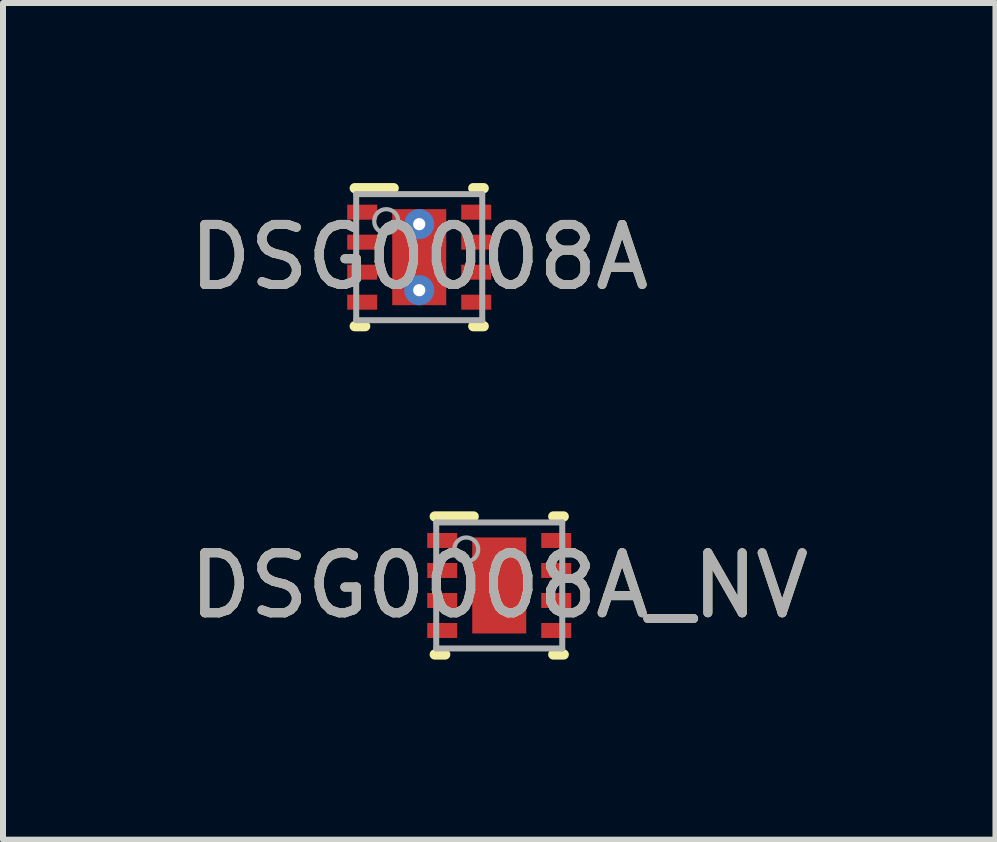
<source format=kicad_pcb>
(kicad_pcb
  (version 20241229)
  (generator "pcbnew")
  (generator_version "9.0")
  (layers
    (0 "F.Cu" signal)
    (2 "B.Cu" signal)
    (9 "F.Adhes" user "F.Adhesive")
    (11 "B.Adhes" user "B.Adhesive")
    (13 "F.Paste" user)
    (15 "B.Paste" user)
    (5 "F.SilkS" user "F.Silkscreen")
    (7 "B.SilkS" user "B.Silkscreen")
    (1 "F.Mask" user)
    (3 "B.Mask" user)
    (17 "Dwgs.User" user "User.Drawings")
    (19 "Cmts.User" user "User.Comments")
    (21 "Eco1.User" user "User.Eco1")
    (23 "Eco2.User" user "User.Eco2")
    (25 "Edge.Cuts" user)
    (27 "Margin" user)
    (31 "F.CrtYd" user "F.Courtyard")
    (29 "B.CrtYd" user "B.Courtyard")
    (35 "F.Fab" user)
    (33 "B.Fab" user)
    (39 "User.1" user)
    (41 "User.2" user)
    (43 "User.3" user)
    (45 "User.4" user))
  (footprint "DSG0008A"
    (layer "F.Cu")
    (at 3.935 1.235)
    (property "Reference" "DSG0008A" (at 0 0 0) (unlocked yes) (layer "F.SilkS") (effects (font (size 1 1) (thickness 0.15))))
    (attr smd)
    (fp_line (start -1.075 -1.15) (end -0.425 -1.15) (stroke (width 0.17) (type solid)) (layer "F.SilkS"))
    (fp_line (start -1.075 1.15) (end -0.9 1.15) (stroke (width 0.17) (type solid)) (layer "F.SilkS"))
    (fp_line (start 0.9 -1.15) (end 1.075 -1.15) (stroke (width 0.17) (type solid)) (layer "F.SilkS"))
    (fp_line (start 0.9 1.15) (end 1.075 1.15) (stroke (width 0.17) (type solid)) (layer "F.SilkS"))
    (fp_poly (pts (xy -0.45 -0.149) (xy -0.45 -0.751) (xy -0.449 -0.761) (xy -0.446 -0.77) (xy -0.442 -0.778) (xy -0.436 -0.786) (xy -0.428 -0.792) (xy -0.42 -0.796) (xy -0.411 -0.799) (xy -0.401 -0.8) (xy 0.401 -0.8) (xy 0.411 -0.799) (xy 0.42 -0.796) (xy 0.428 -0.792) (xy 0.436 -0.786) (xy 0.442 -0.778) (xy 0.446 -0.77) (xy 0.449 -0.761) (xy 0.45 -0.751) (xy 0.45 -0.149) (xy 0.449 -0.139) (xy 0.446 -0.13) (xy 0.442 -0.122) (xy 0.436 -0.114) (xy 0.428 -0.108) (xy 0.42 -0.104) (xy 0.411 -0.101) (xy 0.401 -0.1) (xy -0.401 -0.1) (xy -0.411 -0.101) (xy -0.42 -0.104) (xy -0.428 -0.108) (xy -0.436 -0.114) (xy -0.442 -0.122) (xy -0.446 -0.13) (xy -0.449 -0.139)) (stroke (width 0) (type solid)) (fill yes) (layer "F.Paste"))
    (fp_poly (pts (xy -0.45 0.751) (xy -0.45 0.149) (xy -0.449 0.139) (xy -0.446 0.13) (xy -0.442 0.122) (xy -0.436 0.114) (xy -0.428 0.108) (xy -0.42 0.104) (xy -0.411 0.101) (xy -0.401 0.1) (xy 0.401 0.1) (xy 0.411 0.101) (xy 0.42 0.104) (xy 0.428 0.108) (xy 0.436 0.114) (xy 0.442 0.122) (xy 0.446 0.13) (xy 0.449 0.139) (xy 0.45 0.149) (xy 0.45 0.751) (xy 0.449 0.761) (xy 0.446 0.77) (xy 0.442 0.778) (xy 0.436 0.786) (xy 0.428 0.792) (xy 0.42 0.796) (xy 0.411 0.799) (xy 0.401 0.8) (xy -0.401 0.8) (xy -0.411 0.799) (xy -0.42 0.796) (xy -0.428 0.792) (xy -0.436 0.786) (xy -0.442 0.778) (xy -0.446 0.77) (xy -0.449 0.761)) (stroke (width 0) (type solid)) (fill yes) (layer "F.Paste"))
    (fp_line (start -1.05 -1.05) (end 1.05 -1.05) (stroke (width 0.1) (type solid)) (layer "F.Fab"))
    (fp_line (start -1.05 1.05) (end -1.05 -1.05) (stroke (width 0.1) (type solid)) (layer "F.Fab"))
    (fp_line (start -1.05 1.05) (end 1.05 1.05) (stroke (width 0.1) (type solid)) (layer "F.Fab"))
    (fp_line (start 1.05 1.05) (end 1.05 -1.05) (stroke (width 0.1) (type solid)) (layer "F.Fab"))
    (fp_circle (center -0.55 -0.6) (end -0.35 -0.6) (stroke (width 0.07) (type solid)) (fill no) (layer "F.Fab"))
    (fp_text user "${REFERENCE}" (at 0 0 0) (unlocked yes) (layer "F.Fab") (effects (font (size 1 1) (thickness 0.15))))
    (pad "1" smd rect (at -0.95 -0.75 90) (size 0.25 0.5) (layers "F.Cu" "F.Mask" "F.Paste"))
    (pad "2" smd rect (at -0.95 -0.25 90) (size 0.25 0.5) (layers "F.Cu" "F.Mask" "F.Paste"))
    (pad "3" smd rect (at -0.95 0.25 90) (size 0.25 0.5) (layers "F.Cu" "F.Mask" "F.Paste"))
    (pad "4" smd rect (at -0.95 0.75 90) (size 0.25 0.5) (layers "F.Cu" "F.Mask" "F.Paste"))
    (pad "5" smd rect (at 0.95 0.75 90) (size 0.25 0.5) (layers "F.Cu" "F.Mask" "F.Paste"))
    (pad "6" smd rect (at 0.95 0.25 90) (size 0.25 0.5) (layers "F.Cu" "F.Mask" "F.Paste"))
    (pad "7" smd rect (at 0.95 -0.25 90) (size 0.25 0.5) (layers "F.Cu" "F.Mask" "F.Paste"))
    (pad "8" smd rect (at 0.95 -0.75 90) (size 0.25 0.5) (layers "F.Cu" "F.Mask" "F.Paste"))
    (pad "9" smd rect (at 0 0) (size 0.9 1.6) (layers "F.Cu" "F.Mask" "F.Paste"))
    (pad "V" thru_hole circle (at 0 -0.55) (size 0.5 0.5) (drill 0.203) (layers "*.Cu" "*.Mask"))
    (pad "V" thru_hole circle (at 0 0.55) (size 0.5 0.5) (drill 0.203) (layers "*.Cu" "*.Mask")))
  (footprint "DSG0008A_NV"
    (layer "F.Cu")
    (at 5.268 6.705)
    (property "Reference" "DSG0008A_NV" (at 0 0 0) (unlocked yes) (layer "F.SilkS") (effects (font (size 1 1) (thickness 0.15))))
    (attr smd)
    (fp_line (start -1.075 -1.15) (end -0.425 -1.15) (stroke (width 0.17) (type solid)) (layer "F.SilkS"))
    (fp_line (start -1.075 1.15) (end -0.9 1.15) (stroke (width 0.17) (type solid)) (layer "F.SilkS"))
    (fp_line (start 0.9 -1.15) (end 1.075 -1.15) (stroke (width 0.17) (type solid)) (layer "F.SilkS"))
    (fp_line (start 0.9 1.15) (end 1.075 1.15) (stroke (width 0.17) (type solid)) (layer "F.SilkS"))
    (fp_poly (pts (xy -0.45 -0.149) (xy -0.45 -0.751) (xy -0.449 -0.761) (xy -0.446 -0.77) (xy -0.442 -0.778) (xy -0.436 -0.786) (xy -0.428 -0.792) (xy -0.42 -0.796) (xy -0.411 -0.799) (xy -0.401 -0.8) (xy 0.401 -0.8) (xy 0.411 -0.799) (xy 0.42 -0.796) (xy 0.428 -0.792) (xy 0.436 -0.786) (xy 0.442 -0.778) (xy 0.446 -0.77) (xy 0.449 -0.761) (xy 0.45 -0.751) (xy 0.45 -0.149) (xy 0.449 -0.139) (xy 0.446 -0.13) (xy 0.442 -0.122) (xy 0.436 -0.114) (xy 0.428 -0.108) (xy 0.42 -0.104) (xy 0.411 -0.101) (xy 0.401 -0.1) (xy -0.401 -0.1) (xy -0.411 -0.101) (xy -0.42 -0.104) (xy -0.428 -0.108) (xy -0.436 -0.114) (xy -0.442 -0.122) (xy -0.446 -0.13) (xy -0.449 -0.139)) (stroke (width 0) (type solid)) (fill yes) (layer "F.Paste"))
    (fp_poly (pts (xy -0.45 0.751) (xy -0.45 0.149) (xy -0.449 0.139) (xy -0.446 0.13) (xy -0.442 0.122) (xy -0.436 0.114) (xy -0.428 0.108) (xy -0.42 0.104) (xy -0.411 0.101) (xy -0.401 0.1) (xy 0.401 0.1) (xy 0.411 0.101) (xy 0.42 0.104) (xy 0.428 0.108) (xy 0.436 0.114) (xy 0.442 0.122) (xy 0.446 0.13) (xy 0.449 0.139) (xy 0.45 0.149) (xy 0.45 0.751) (xy 0.449 0.761) (xy 0.446 0.77) (xy 0.442 0.778) (xy 0.436 0.786) (xy 0.428 0.792) (xy 0.42 0.796) (xy 0.411 0.799) (xy 0.401 0.8) (xy -0.401 0.8) (xy -0.411 0.799) (xy -0.42 0.796) (xy -0.428 0.792) (xy -0.436 0.786) (xy -0.442 0.778) (xy -0.446 0.77) (xy -0.449 0.761)) (stroke (width 0) (type solid)) (fill yes) (layer "F.Paste"))
    (fp_line (start -1.05 -1.05) (end 1.05 -1.05) (stroke (width 0.1) (type solid)) (layer "F.Fab"))
    (fp_line (start -1.05 1.05) (end -1.05 -1.05) (stroke (width 0.1) (type solid)) (layer "F.Fab"))
    (fp_line (start -1.05 1.05) (end 1.05 1.05) (stroke (width 0.1) (type solid)) (layer "F.Fab"))
    (fp_line (start 1.05 1.05) (end 1.05 -1.05) (stroke (width 0.1) (type solid)) (layer "F.Fab"))
    (fp_circle (center -0.55 -0.6) (end -0.35 -0.6) (stroke (width 0.07) (type solid)) (fill no) (layer "F.Fab"))
    (fp_text user "${REFERENCE}" (at 0 0 0) (unlocked yes) (layer "F.Fab") (effects (font (size 1 1) (thickness 0.15))))
    (pad "1" smd rect (at -0.95 -0.75 90) (size 0.25 0.5) (layers "F.Cu" "F.Mask" "F.Paste"))
    (pad "2" smd rect (at -0.95 -0.25 90) (size 0.25 0.5) (layers "F.Cu" "F.Mask" "F.Paste"))
    (pad "3" smd rect (at -0.95 0.25 90) (size 0.25 0.5) (layers "F.Cu" "F.Mask" "F.Paste"))
    (pad "4" smd rect (at -0.95 0.75 90) (size 0.25 0.5) (layers "F.Cu" "F.Mask" "F.Paste"))
    (pad "5" smd rect (at 0.95 0.75 90) (size 0.25 0.5) (layers "F.Cu" "F.Mask" "F.Paste"))
    (pad "6" smd rect (at 0.95 0.25 90) (size 0.25 0.5) (layers "F.Cu" "F.Mask" "F.Paste"))
    (pad "7" smd rect (at 0.95 -0.25 90) (size 0.25 0.5) (layers "F.Cu" "F.Mask" "F.Paste"))
    (pad "8" smd rect (at 0.95 -0.75 90) (size 0.25 0.5) (layers "F.Cu" "F.Mask" "F.Paste"))
    (pad "9" smd rect (at 0 0) (size 0.9 1.6) (layers "F.Cu" "F.Mask" "F.Paste")))
  (gr_rect
    (start -3 -3)
    (end 13.536 10.94)
    (stroke (width 0.1) (type default))
    (fill no)
    (layer "Edge.Cuts")))
</source>
